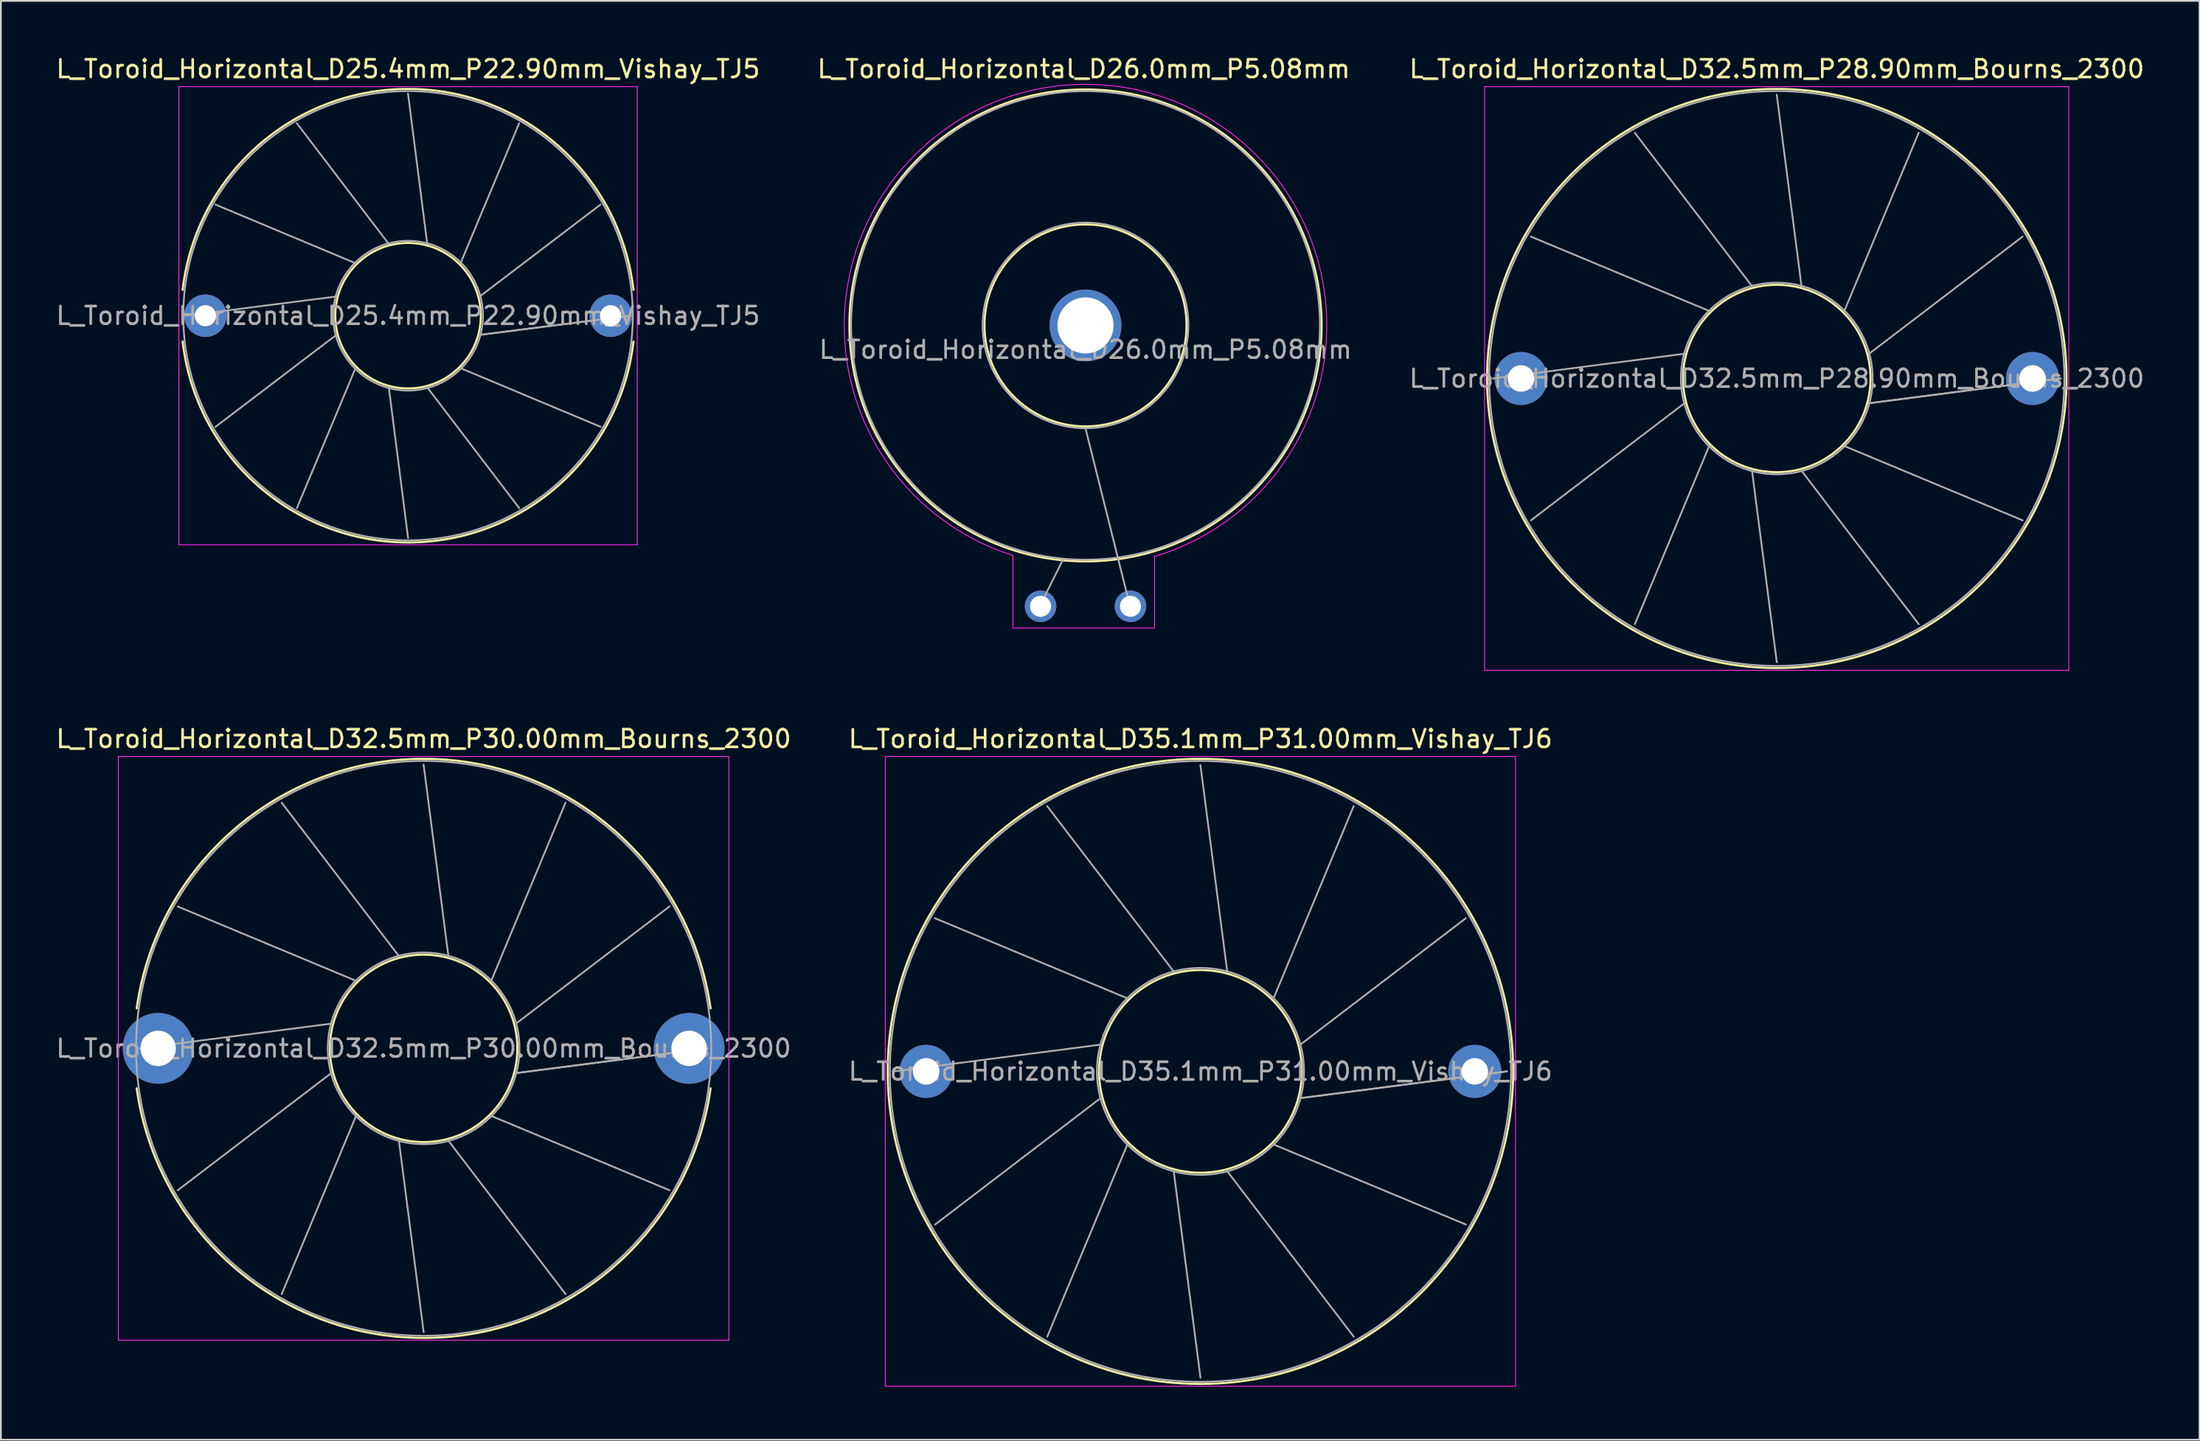
<source format=kicad_pcb>
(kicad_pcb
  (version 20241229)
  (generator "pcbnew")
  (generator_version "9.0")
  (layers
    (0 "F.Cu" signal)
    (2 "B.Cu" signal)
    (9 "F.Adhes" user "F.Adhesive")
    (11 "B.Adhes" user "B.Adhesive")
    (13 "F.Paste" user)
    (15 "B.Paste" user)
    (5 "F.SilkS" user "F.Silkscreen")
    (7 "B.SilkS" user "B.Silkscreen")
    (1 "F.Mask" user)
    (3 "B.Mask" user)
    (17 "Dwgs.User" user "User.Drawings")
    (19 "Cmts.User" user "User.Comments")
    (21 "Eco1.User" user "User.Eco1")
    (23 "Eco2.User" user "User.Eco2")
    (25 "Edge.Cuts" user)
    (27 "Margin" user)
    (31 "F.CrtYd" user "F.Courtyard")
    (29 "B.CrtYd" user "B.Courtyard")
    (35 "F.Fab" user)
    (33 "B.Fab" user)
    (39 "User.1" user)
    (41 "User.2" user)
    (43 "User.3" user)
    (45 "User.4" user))
  (footprint "L_Toroid_Horizontal_D32.5mm_P30.00mm_Bourns_2300"
    (layer "F.Cu")
    (at 5.887 56.221)
    (property "Reference" "L_Toroid_Horizontal_D32.5mm_P30.00mm_Bourns_2300" (at 15 -17.5 0) (layer "F.SilkS") (effects (font (size 1 1) (thickness 0.15))))
    (attr through_hole)
    (fp_arc (start -1.213245 -2.26) (mid 15 -16.37) (end 31.213245 -2.26) (stroke (width 0.12) (type solid)) (layer "F.SilkS"))
    (fp_arc (start 31.213245 2.26) (mid 15 16.37) (end -1.213245 2.26) (stroke (width 0.12) (type solid)) (layer "F.SilkS"))
    (fp_circle (center 15 0) (end 20.297 0) (stroke (width 0.12) (type solid)) (fill no) (layer "F.SilkS"))
    (fp_line (start -2.25 -16.5) (end -2.25 16.5) (stroke (width 0.05) (type solid)) (layer "F.CrtYd"))
    (fp_line (start -2.25 16.5) (end 32.25 16.5) (stroke (width 0.05) (type solid)) (layer "F.CrtYd"))
    (fp_line (start 32.25 -16.5) (end -2.25 -16.5) (stroke (width 0.05) (type solid)) (layer "F.CrtYd"))
    (fp_line (start 32.25 16.5) (end 32.25 -16.5) (stroke (width 0.05) (type solid)) (layer "F.CrtYd"))
    (fp_line (start -1.043 0.001) (end 9.781 -1.398) (stroke (width 0.1) (type solid)) (layer "F.Fab"))
    (fp_line (start 1.106 -8.02) (end 11.179 -3.82) (stroke (width 0.1) (type solid)) (layer "F.Fab"))
    (fp_line (start 1.107 8.022) (end 9.782 1.399) (stroke (width 0.1) (type solid)) (layer "F.Fab"))
    (fp_line (start 6.977 -13.892) (end 13.601 -5.218) (stroke (width 0.1) (type solid)) (layer "F.Fab"))
    (fp_line (start 6.98 13.894) (end 11.18 3.82) (stroke (width 0.1) (type solid)) (layer "F.Fab"))
    (fp_line (start 14.998 -16.043) (end 16.398 -5.219) (stroke (width 0.1) (type solid)) (layer "F.Fab"))
    (fp_line (start 15.001 16.043) (end 13.602 5.219) (stroke (width 0.1) (type solid)) (layer "F.Fab"))
    (fp_line (start 23.019 -13.895) (end 18.82 -3.821) (stroke (width 0.1) (type solid)) (layer "F.Fab"))
    (fp_line (start 23.022 13.893) (end 16.398 5.218) (stroke (width 0.1) (type solid)) (layer "F.Fab"))
    (fp_line (start 28.892 -8.024) (end 20.218 -1.399) (stroke (width 0.1) (type solid)) (layer "F.Fab"))
    (fp_line (start 28.893 8.021) (end 18.82 3.82) (stroke (width 0.1) (type solid)) (layer "F.Fab"))
    (fp_line (start 31.043 -0.003) (end 20.219 1.397) (stroke (width 0.1) (type solid)) (layer "F.Fab"))
    (fp_line (start 31.043 0) (end 20.219 1.398) (stroke (width 0.1) (type solid)) (layer "F.Fab"))
    (fp_circle (center 15 0) (end 20.417 0) (stroke (width 0.1) (type solid)) (fill no) (layer "F.Fab"))
    (fp_circle (center 15 0) (end 31.25 0) (stroke (width 0.1) (type solid)) (fill no) (layer "F.Fab"))
    (fp_text user "${REFERENCE}" (at 15 0 0) (layer "F.Fab") (effects (font (size 1 1) (thickness 0.15))))
    (pad "1" thru_hole circle (at 0 0) (size 4 4) (drill 2) (layers "*.Cu" "*.Mask"))
    (pad "2" thru_hole circle (at 30 0) (size 4 4) (drill 2) (layers "*.Cu" "*.Mask")))
  (footprint "L_Toroid_Horizontal_D35.1mm_P31.00mm_Vishay_TJ6"
    (layer "F.Cu")
    (at 49.28 57.522)
    (property "Reference" "L_Toroid_Horizontal_D35.1mm_P31.00mm_Vishay_TJ6" (at 15.5 -18.8 0) (layer "F.SilkS") (effects (font (size 1 1) (thickness 0.15))))
    (attr through_hole)
    (fp_circle (center 15.5 0) (end 21.23 0) (stroke (width 0.12) (type solid)) (fill no) (layer "F.SilkS"))
    (fp_circle (center 15.5 0) (end 33.17 0) (stroke (width 0.12) (type solid)) (fill no) (layer "F.SilkS"))
    (fp_line (start -2.31 -17.8) (end -2.31 17.8) (stroke (width 0.05) (type solid)) (layer "F.CrtYd"))
    (fp_line (start -2.31 17.8) (end 33.3 17.8) (stroke (width 0.05) (type solid)) (layer "F.CrtYd"))
    (fp_line (start 33.3 -17.8) (end -2.31 -17.8) (stroke (width 0.05) (type solid)) (layer "F.CrtYd"))
    (fp_line (start 33.3 17.8) (end 33.3 -17.8) (stroke (width 0.05) (type solid)) (layer "F.CrtYd"))
    (fp_line (start -1.817 0.002) (end 9.854 -1.512) (stroke (width 0.1) (type solid)) (layer "F.Fab"))
    (fp_line (start 0.502 -8.657) (end 11.367 -4.132) (stroke (width 0.1) (type solid)) (layer "F.Fab"))
    (fp_line (start 0.504 8.659) (end 9.855 1.513) (stroke (width 0.1) (type solid)) (layer "F.Fab"))
    (fp_line (start 6.84 -14.996) (end 13.987 -5.645) (stroke (width 0.1) (type solid)) (layer "F.Fab"))
    (fp_line (start 6.843 14.997) (end 11.368 4.133) (stroke (width 0.1) (type solid)) (layer "F.Fab"))
    (fp_line (start 15.498 -17.317) (end 17.012 -5.646) (stroke (width 0.1) (type solid)) (layer "F.Fab"))
    (fp_line (start 15.501 17.317) (end 13.988 5.646) (stroke (width 0.1) (type solid)) (layer "F.Fab"))
    (fp_line (start 24.156 -14.998) (end 19.632 -4.133) (stroke (width 0.1) (type solid)) (layer "F.Fab"))
    (fp_line (start 24.159 14.996) (end 17.013 5.645) (stroke (width 0.1) (type solid)) (layer "F.Fab"))
    (fp_line (start 30.495 -8.661) (end 21.145 -1.514) (stroke (width 0.1) (type solid)) (layer "F.Fab"))
    (fp_line (start 30.497 8.658) (end 19.633 4.133) (stroke (width 0.1) (type solid)) (layer "F.Fab"))
    (fp_line (start 32.817 -0.003) (end 21.146 1.512) (stroke (width 0.1) (type solid)) (layer "F.Fab"))
    (fp_line (start 32.817 0) (end 21.145 1.513) (stroke (width 0.1) (type solid)) (layer "F.Fab"))
    (fp_circle (center 15.5 0) (end 21.35 0) (stroke (width 0.1) (type solid)) (fill no) (layer "F.Fab"))
    (fp_circle (center 15.5 0) (end 33.05 0) (stroke (width 0.1) (type solid)) (fill no) (layer "F.Fab"))
    (fp_text user "${REFERENCE}" (at 15.5 0 0) (layer "F.Fab") (effects (font (size 1 1) (thickness 0.15))))
    (pad "1" thru_hole circle (at 0 0) (size 3 3) (drill 1.5) (layers "*.Cu" "*.Mask"))
    (pad "2" thru_hole circle (at 31 0) (size 3 3) (drill 1.5) (layers "*.Cu" "*.Mask")))
  (footprint "L_Toroid_Horizontal_D32.5mm_P28.90mm_Bourns_2300"
    (layer "F.Cu")
    (at 82.894 18.348)
    (property "Reference" "L_Toroid_Horizontal_D32.5mm_P28.90mm_Bourns_2300" (at 14.45 -17.5 0) (layer "F.SilkS") (effects (font (size 1 1) (thickness 0.15))))
    (attr through_hole)
    (fp_circle (center 14.45 0) (end 19.747 0) (stroke (width 0.12) (type solid)) (fill no) (layer "F.SilkS"))
    (fp_circle (center 14.45 0) (end 30.82 0) (stroke (width 0.12) (type solid)) (fill no) (layer "F.SilkS"))
    (fp_line (start -2.06 -16.5) (end -2.06 16.5) (stroke (width 0.05) (type solid)) (layer "F.CrtYd"))
    (fp_line (start -2.06 16.5) (end 30.95 16.5) (stroke (width 0.05) (type solid)) (layer "F.CrtYd"))
    (fp_line (start 30.95 -16.5) (end -2.06 -16.5) (stroke (width 0.05) (type solid)) (layer "F.CrtYd"))
    (fp_line (start 30.95 16.5) (end 30.95 -16.5) (stroke (width 0.05) (type solid)) (layer "F.CrtYd"))
    (fp_line (start -1.593 0.001) (end 9.231 -1.398) (stroke (width 0.1) (type solid)) (layer "F.Fab"))
    (fp_line (start 0.556 -8.02) (end 10.629 -3.82) (stroke (width 0.1) (type solid)) (layer "F.Fab"))
    (fp_line (start 0.557 8.022) (end 9.232 1.399) (stroke (width 0.1) (type solid)) (layer "F.Fab"))
    (fp_line (start 6.427 -13.892) (end 13.051 -5.218) (stroke (width 0.1) (type solid)) (layer "F.Fab"))
    (fp_line (start 6.43 13.894) (end 10.63 3.82) (stroke (width 0.1) (type solid)) (layer "F.Fab"))
    (fp_line (start 14.448 -16.043) (end 15.848 -5.219) (stroke (width 0.1) (type solid)) (layer "F.Fab"))
    (fp_line (start 14.451 16.043) (end 13.052 5.219) (stroke (width 0.1) (type solid)) (layer "F.Fab"))
    (fp_line (start 22.469 -13.895) (end 18.27 -3.821) (stroke (width 0.1) (type solid)) (layer "F.Fab"))
    (fp_line (start 22.472 13.893) (end 15.848 5.218) (stroke (width 0.1) (type solid)) (layer "F.Fab"))
    (fp_line (start 28.342 -8.024) (end 19.668 -1.399) (stroke (width 0.1) (type solid)) (layer "F.Fab"))
    (fp_line (start 28.343 8.021) (end 18.27 3.82) (stroke (width 0.1) (type solid)) (layer "F.Fab"))
    (fp_line (start 30.493 -0.003) (end 19.669 1.397) (stroke (width 0.1) (type solid)) (layer "F.Fab"))
    (fp_line (start 30.493 0) (end 19.669 1.398) (stroke (width 0.1) (type solid)) (layer "F.Fab"))
    (fp_circle (center 14.45 0) (end 19.867 0) (stroke (width 0.1) (type solid)) (fill no) (layer "F.Fab"))
    (fp_circle (center 14.45 0) (end 30.7 0) (stroke (width 0.1) (type solid)) (fill no) (layer "F.Fab"))
    (fp_text user "${REFERENCE}" (at 14.45 0 0) (layer "F.Fab") (effects (font (size 1 1) (thickness 0.15))))
    (pad "1" thru_hole circle (at 0 0) (size 3 3) (drill 1.5) (layers "*.Cu" "*.Mask"))
    (pad "2" thru_hole circle (at 28.9 0) (size 3 3) (drill 1.5) (layers "*.Cu" "*.Mask")))
  (footprint "L_Toroid_Horizontal_D26.0mm_P5.08mm"
    (layer "F.Cu")
    (at 55.745 31.228)
    (property "Reference" "L_Toroid_Horizontal_D26.0mm_P5.08mm" (at 2.44 -30.38 0) (layer "F.SilkS") (effects (font (size 1 1) (thickness 0.15))))
    (attr through_hole)
    (fp_circle (center 2.54 -15.88) (end -10.8 -15.88) (stroke (width 0.12) (type solid)) (fill no) (layer "F.SilkS"))
    (fp_circle (center 2.54 -15.88) (end 8.25 -15.88) (stroke (width 0.12) (type solid)) (fill no) (layer "F.SilkS"))
    (fp_line (start -1.56 -2.88) (end -1.56 1.23) (stroke (width 0.05) (type solid)) (layer "F.CrtYd"))
    (fp_line (start -1.56 1.23) (end 6.44 1.23) (stroke (width 0.05) (type solid)) (layer "F.CrtYd"))
    (fp_line (start 6.44 1.23) (end 6.44 -2.78) (stroke (width 0.05) (type solid)) (layer "F.CrtYd"))
    (fp_arc (start -1.56 -2.88) (mid 2.660017 -29.510686) (end 6.410454 -2.809821) (stroke (width 0.05) (type solid)) (layer "F.CrtYd"))
    (fp_line (start 0 -0.1) (end 1.27 -2.64) (stroke (width 0.1) (type solid)) (layer "F.Fab"))
    (fp_line (start 5.08 0.1) (end 2.54 -10.06) (stroke (width 0.1) (type solid)) (layer "F.Fab"))
    (fp_circle (center 2.54 -15.88) (end 1.44 -2.68) (stroke (width 0.1) (type solid)) (fill no) (layer "F.Fab"))
    (fp_circle (center 2.54 -15.88) (end 2.34 -10.07) (stroke (width 0.1) (type solid)) (fill no) (layer "F.Fab"))
    (fp_text user "${REFERENCE}" (at 2.54 -14.513 0) (layer "F.Fab") (effects (font (size 1 1) (thickness 0.15))))
    (pad "" thru_hole circle (at 2.54 -15.88) (size 4.06 4.06) (drill 3.17) (layers "*.Cu" "*.Mask"))
    (pad "1" thru_hole circle (at 0 0) (size 1.78 1.78) (drill 1.19) (layers "*.Cu" "*.Mask"))
    (pad "2" thru_hole circle (at 5.08 0) (size 1.78 1.78) (drill 1.19) (layers "*.Cu" "*.Mask")))
  (footprint "L_Toroid_Horizontal_D25.4mm_P22.90mm_Vishay_TJ5"
    (layer "F.Cu")
    (at 8.556 14.798)
    (property "Reference" "L_Toroid_Horizontal_D25.4mm_P22.90mm_Vishay_TJ5" (at 11.45 -13.95 0) (layer "F.SilkS") (effects (font (size 1 1) (thickness 0.15))))
    (attr through_hole)
    (fp_arc (start -1.286593 -1.46) (mid 11.45 -12.82) (end 24.186593 -1.46) (stroke (width 0.12) (type solid)) (layer "F.SilkS"))
    (fp_arc (start 24.186593 1.46) (mid 11.45 12.82) (end -1.286593 1.46) (stroke (width 0.12) (type solid)) (layer "F.SilkS"))
    (fp_circle (center 11.45 0) (end 15.563 0) (stroke (width 0.12) (type solid)) (fill no) (layer "F.SilkS"))
    (fp_line (start -1.5 -12.95) (end -1.5 12.95) (stroke (width 0.05) (type solid)) (layer "F.CrtYd"))
    (fp_line (start -1.5 12.95) (end 24.4 12.95) (stroke (width 0.05) (type solid)) (layer "F.CrtYd"))
    (fp_line (start 24.4 -12.95) (end -1.5 -12.95) (stroke (width 0.05) (type solid)) (layer "F.CrtYd"))
    (fp_line (start 24.4 12.95) (end 24.4 -12.95) (stroke (width 0.05) (type solid)) (layer "F.CrtYd"))
    (fp_line (start -1.114 0.001) (end 7.397 -1.085) (stroke (width 0.1) (type solid)) (layer "F.Fab"))
    (fp_line (start 0.569 -6.281) (end 8.483 -2.966) (stroke (width 0.1) (type solid)) (layer "F.Fab"))
    (fp_line (start 0.57 6.283) (end 7.397 1.086) (stroke (width 0.1) (type solid)) (layer "F.Fab"))
    (fp_line (start 5.167 -10.88) (end 10.364 -4.052) (stroke (width 0.1) (type solid)) (layer "F.Fab"))
    (fp_line (start 5.169 10.881) (end 8.483 2.967) (stroke (width 0.1) (type solid)) (layer "F.Fab"))
    (fp_line (start 11.448 -12.564) (end 12.535 -4.053) (stroke (width 0.1) (type solid)) (layer "F.Fab"))
    (fp_line (start 11.451 12.564) (end 10.364 4.053) (stroke (width 0.1) (type solid)) (layer "F.Fab"))
    (fp_line (start 17.73 -10.881) (end 14.416 -2.967) (stroke (width 0.1) (type solid)) (layer "F.Fab"))
    (fp_line (start 17.732 10.88) (end 12.536 4.053) (stroke (width 0.1) (type solid)) (layer "F.Fab"))
    (fp_line (start 22.329 -6.284) (end 15.502 -1.087) (stroke (width 0.1) (type solid)) (layer "F.Fab"))
    (fp_line (start 22.33 6.282) (end 14.417 2.967) (stroke (width 0.1) (type solid)) (layer "F.Fab"))
    (fp_line (start 24.014 -0.002) (end 15.503 1.085) (stroke (width 0.1) (type solid)) (layer "F.Fab"))
    (fp_line (start 24.014 0) (end 15.503 1.086) (stroke (width 0.1) (type solid)) (layer "F.Fab"))
    (fp_circle (center 11.45 0) (end 15.683 0) (stroke (width 0.1) (type solid)) (fill no) (layer "F.Fab"))
    (fp_circle (center 11.45 0) (end 24.15 0) (stroke (width 0.1) (type solid)) (fill no) (layer "F.Fab"))
    (fp_text user "${REFERENCE}" (at 11.45 0 0) (layer "F.Fab") (effects (font (size 1 1) (thickness 0.15))))
    (pad "1" thru_hole circle (at 0 0) (size 2.4 2.4) (drill 1.2) (layers "*.Cu" "*.Mask"))
    (pad "2" thru_hole circle (at 22.9 0) (size 2.4 2.4) (drill 1.2) (layers "*.Cu" "*.Mask")))
  (gr_rect
    (start -3 -3)
    (end 121.231 78.347)
    (stroke (width 0.1) (type default))
    (fill no)
    (layer "Edge.Cuts")))
</source>
